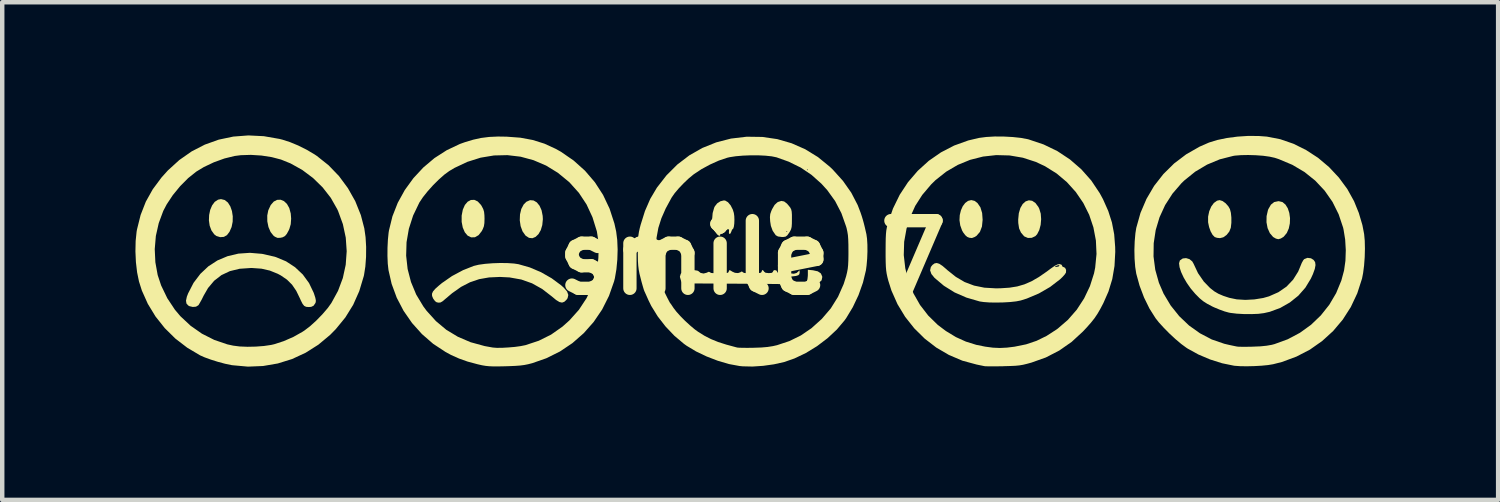
<source format=kicad_pcb>
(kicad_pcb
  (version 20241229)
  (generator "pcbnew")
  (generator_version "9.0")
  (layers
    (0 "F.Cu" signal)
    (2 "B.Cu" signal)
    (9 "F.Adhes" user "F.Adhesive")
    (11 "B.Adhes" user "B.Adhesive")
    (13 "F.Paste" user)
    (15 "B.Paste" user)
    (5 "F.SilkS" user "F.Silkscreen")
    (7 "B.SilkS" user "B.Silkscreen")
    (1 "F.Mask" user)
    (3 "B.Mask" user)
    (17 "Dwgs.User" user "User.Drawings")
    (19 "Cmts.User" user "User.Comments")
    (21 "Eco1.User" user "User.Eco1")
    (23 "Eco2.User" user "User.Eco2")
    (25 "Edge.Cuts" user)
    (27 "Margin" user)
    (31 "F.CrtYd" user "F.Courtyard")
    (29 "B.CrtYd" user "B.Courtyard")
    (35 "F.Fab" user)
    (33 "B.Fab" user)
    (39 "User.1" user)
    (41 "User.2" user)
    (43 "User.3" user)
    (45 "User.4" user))
  (footprint "smile 7"
    (layer "F.Cu")
    (at 13.894 2.754)
    (property "Reference" "smile 7" (at 0 0 0) (layer "F.SilkS") (effects (font (size 1.524 1.524) (thickness 0.3))))
    (attr board_only exclude_from_pos_files exclude_from_bom)
    (fp_poly (pts (xy 1.366 0.283) (xy 1.474 0.307) (xy 1.543 0.354) (xy 1.573 0.422) (xy 1.574 0.44) (xy 1.56 0.508) (xy 1.513 0.552) (xy 1.431 0.574) (xy 1.346 0.579) (xy 1.268 0.578) (xy 1.228 0.573) (xy 1.217 0.56) (xy 1.225 0.536) (xy 1.226 0.534) (xy 1.241 0.484) (xy 1.249 0.411) (xy 1.25 0.381) (xy 1.25 0.272)) (stroke (width 0) (type solid)) (fill yes) (layer "F.SilkS"))
    (fp_poly (pts (xy -11.882 -1.299) (xy -11.811 -1.242) (xy -11.757 -1.156) (xy -11.72 -1.051) (xy -11.702 -0.933) (xy -11.704 -0.81) (xy -11.728 -0.691) (xy -11.775 -0.584) (xy -11.833 -0.508) (xy -11.902 -0.469) (xy -11.986 -0.463) (xy -12.07 -0.489) (xy -12.118 -0.525) (xy -12.182 -0.614) (xy -12.222 -0.721) (xy -12.239 -0.84) (xy -12.234 -0.961) (xy -12.21 -1.077) (xy -12.167 -1.178) (xy -12.108 -1.258) (xy -12.033 -1.307) (xy -11.967 -1.32)) (stroke (width 0) (type solid)) (fill yes) (layer "F.SilkS"))
    (fp_poly (pts (xy -4.927 -1.289) (xy -4.854 -1.246) (xy -4.793 -1.171) (xy -4.747 -1.068) (xy -4.722 -0.942) (xy -4.718 -0.868) (xy -4.731 -0.735) (xy -4.765 -0.621) (xy -4.817 -0.531) (xy -4.882 -0.469) (xy -4.954 -0.439) (xy -5.03 -0.447) (xy -5.105 -0.496) (xy -5.108 -0.498) (xy -5.176 -0.594) (xy -5.219 -0.712) (xy -5.238 -0.843) (xy -5.233 -0.975) (xy -5.204 -1.097) (xy -5.15 -1.199) (xy -5.089 -1.26) (xy -5.007 -1.296)) (stroke (width 0) (type solid)) (fill yes) (layer "F.SilkS"))
    (fp_poly (pts (xy 5.005 -1.28) (xy 5.07 -1.231) (xy 5.136 -1.135) (xy 5.175 -1.006) (xy 5.186 -0.854) (xy 5.171 -0.702) (xy 5.125 -0.581) (xy 5.049 -0.493) (xy 5.008 -0.467) (xy 4.945 -0.443) (xy 4.885 -0.45) (xy 4.839 -0.469) (xy 4.796 -0.506) (xy 4.749 -0.568) (xy 4.723 -0.614) (xy 4.682 -0.728) (xy 4.665 -0.846) (xy 4.671 -0.96) (xy 4.697 -1.066) (xy 4.738 -1.159) (xy 4.793 -1.232) (xy 4.858 -1.28) (xy 4.93 -1.298)) (stroke (width 0) (type solid)) (fill yes) (layer "F.SilkS"))
    (fp_poly (pts (xy 6.302 -1.282) (xy 6.376 -1.232) (xy 6.443 -1.141) (xy 6.462 -1.102) (xy 6.495 -0.992) (xy 6.504 -0.867) (xy 6.493 -0.74) (xy 6.462 -0.623) (xy 6.414 -0.529) (xy 6.374 -0.486) (xy 6.293 -0.448) (xy 6.206 -0.445) (xy 6.13 -0.477) (xy 6.117 -0.487) (xy 6.049 -0.567) (xy 6.007 -0.661) (xy 5.989 -0.781) (xy 5.987 -0.857) (xy 6.001 -1.001) (xy 6.036 -1.12) (xy 6.089 -1.21) (xy 6.154 -1.268) (xy 6.227 -1.293)) (stroke (width 0) (type solid)) (fill yes) (layer "F.SilkS"))
    (fp_poly (pts (xy -10.549 -1.275) (xy -10.482 -1.212) (xy -10.429 -1.118) (xy -10.396 -0.996) (xy -10.387 -0.88) (xy -10.396 -0.755) (xy -10.426 -0.651) (xy -10.439 -0.621) (xy -10.484 -0.538) (xy -10.526 -0.488) (xy -10.578 -0.46) (xy -10.633 -0.448) (xy -10.696 -0.447) (xy -10.752 -0.472) (xy -10.785 -0.497) (xy -10.85 -0.579) (xy -10.898 -0.691) (xy -10.924 -0.819) (xy -10.925 -0.951) (xy -10.902 -1.067) (xy -10.847 -1.186) (xy -10.779 -1.264) (xy -10.703 -1.303) (xy -10.624 -1.306)) (stroke (width 0) (type solid)) (fill yes) (layer "F.SilkS"))
    (fp_poly (pts (xy -6.185 -1.267) (xy -6.112 -1.189) (xy -6.096 -1.163) (xy -6.061 -1.096) (xy -6.042 -1.033) (xy -6.034 -0.955) (xy -6.032 -0.88) (xy -6.035 -0.78) (xy -6.046 -0.708) (xy -6.07 -0.646) (xy -6.095 -0.598) (xy -6.166 -0.508) (xy -6.247 -0.461) (xy -6.333 -0.458) (xy -6.412 -0.497) (xy -6.476 -0.573) (xy -6.522 -0.679) (xy -6.547 -0.807) (xy -6.547 -0.948) (xy -6.521 -1.082) (xy -6.474 -1.188) (xy -6.412 -1.261) (xy -6.34 -1.3) (xy -6.262 -1.303)) (stroke (width 0) (type solid)) (fill yes) (layer "F.SilkS"))
    (fp_poly (pts (xy 11.939 -1.253) (xy 12.007 -1.196) (xy 12.059 -1.112) (xy 12.093 -1.008) (xy 12.109 -0.892) (xy 12.105 -0.772) (xy 12.081 -0.658) (xy 12.036 -0.556) (xy 11.968 -0.475) (xy 11.959 -0.467) (xy 11.9 -0.432) (xy 11.846 -0.417) (xy 11.843 -0.417) (xy 11.79 -0.431) (xy 11.731 -0.465) (xy 11.728 -0.467) (xy 11.655 -0.552) (xy 11.604 -0.666) (xy 11.579 -0.798) (xy 11.581 -0.936) (xy 11.611 -1.068) (xy 11.621 -1.095) (xy 11.679 -1.195) (xy 11.752 -1.253) (xy 11.846 -1.273) (xy 11.856 -1.273)) (stroke (width 0) (type solid)) (fill yes) (layer "F.SilkS"))
    (fp_poly (pts (xy 10.588 -1.277) (xy 10.658 -1.227) (xy 10.72 -1.157) (xy 10.756 -1.094) (xy 10.777 -1.012) (xy 10.788 -0.904) (xy 10.788 -0.786) (xy 10.776 -0.679) (xy 10.775 -0.673) (xy 10.741 -0.588) (xy 10.681 -0.513) (xy 10.607 -0.46) (xy 10.532 -0.441) (xy 10.465 -0.448) (xy 10.414 -0.465) (xy 10.413 -0.465) (xy 10.366 -0.513) (xy 10.321 -0.593) (xy 10.286 -0.691) (xy 10.265 -0.793) (xy 10.264 -0.798) (xy 10.264 -0.925) (xy 10.289 -1.045) (xy 10.334 -1.151) (xy 10.394 -1.233) (xy 10.465 -1.284) (xy 10.524 -1.297)) (stroke (width 0) (type solid)) (fill yes) (layer "F.SilkS"))
    (fp_poly (pts (xy 0.716 -1.267) (xy 0.78 -1.218) (xy 0.821 -1.17) (xy 0.855 -1.127) (xy 0.875 -1.087) (xy 0.886 -1.038) (xy 0.891 -0.968) (xy 0.891 -0.87) (xy 0.89 -0.765) (xy 0.885 -0.694) (xy 0.872 -0.641) (xy 0.849 -0.594) (xy 0.828 -0.561) (xy 0.786 -0.503) (xy 0.749 -0.475) (xy 0.699 -0.467) (xy 0.661 -0.467) (xy 0.577 -0.478) (xy 0.527 -0.506) (xy 0.526 -0.507) (xy 0.469 -0.59) (xy 0.764 -0.59) (xy 0.776 -0.579) (xy 0.787 -0.59) (xy 0.776 -0.602) (xy 0.764 -0.59) (xy 0.469 -0.59) (xy 0.457 -0.608) (xy 0.417 -0.718) (xy 0.401 -0.821) (xy 0.396 -0.913) (xy 0.403 -0.983) (xy 0.427 -1.053) (xy 0.446 -1.095) (xy 0.501 -1.189) (xy 0.562 -1.246) (xy 0.58 -1.256) (xy 0.652 -1.279)) (stroke (width 0) (type solid)) (fill yes) (layer "F.SilkS"))
    (fp_poly (pts (xy -0.612 -1.287) (xy -0.549 -1.25) (xy -0.489 -1.179) (xy -0.441 -1.085) (xy -0.417 -1.008) (xy -0.407 -0.937) (xy -0.404 -0.853) (xy -0.407 -0.77) (xy -0.416 -0.701) (xy -0.43 -0.657) (xy -0.44 -0.648) (xy -0.458 -0.629) (xy -0.473 -0.59) (xy -0.492 -0.547) (xy -0.513 -0.533) (xy -0.528 -0.552) (xy -0.527 -0.59) (xy -0.524 -0.626) (xy -0.539 -0.643) (xy -0.586 -0.648) (xy -0.617 -0.648) (xy -0.68 -0.646) (xy -0.709 -0.634) (xy -0.717 -0.6) (xy -0.718 -0.567) (xy -0.723 -0.507) (xy -0.743 -0.49) (xy -0.781 -0.514) (xy -0.805 -0.539) (xy -0.86 -0.626) (xy -0.893 -0.742) (xy -0.901 -0.822) (xy -0.88 -0.822) (xy -0.868 -0.81) (xy -0.857 -0.822) (xy -0.868 -0.834) (xy -0.88 -0.822) (xy -0.901 -0.822) (xy -0.905 -0.873) (xy -0.894 -1.005) (xy -0.86 -1.126) (xy -0.846 -1.155) (xy -0.793 -1.223) (xy -0.72 -1.271) (xy -0.644 -1.29)) (stroke (width 0) (type solid)) (fill yes) (layer "F.SilkS"))
    (fp_poly (pts (xy -5.514 0.121) (xy -5.367 0.131) (xy -5.267 0.146) (xy -5.012 0.219) (xy -4.758 0.327) (xy -4.519 0.464) (xy -4.307 0.621) (xy -4.243 0.679) (xy -4.172 0.763) (xy -4.145 0.839) (xy -4.161 0.911) (xy -4.185 0.946) (xy -4.235 0.993) (xy -4.286 1.011) (xy -4.345 0.998) (xy -4.42 0.952) (xy -4.515 0.873) (xy -4.734 0.704) (xy -4.961 0.577) (xy -5.204 0.491) (xy -5.468 0.444) (xy -5.684 0.433) (xy -5.93 0.444) (xy -6.152 0.483) (xy -6.359 0.553) (xy -6.56 0.657) (xy -6.761 0.799) (xy -6.917 0.931) (xy -6.98 0.984) (xy -7.026 1.009) (xy -7.071 1.012) (xy -7.111 1.003) (xy -7.146 0.978) (xy -7.184 0.927) (xy -7.191 0.915) (xy -7.213 0.861) (xy -7.215 0.812) (xy -7.193 0.761) (xy -7.142 0.701) (xy -7.059 0.627) (xy -6.99 0.57) (xy -6.764 0.413) (xy -6.515 0.28) (xy -6.275 0.185) (xy -6.163 0.158) (xy -6.018 0.138) (xy -5.853 0.125) (xy -5.68 0.119)) (stroke (width 0) (type solid)) (fill yes) (layer "F.SilkS"))
    (fp_poly (pts (xy -11.042 -0.087) (xy -10.76 -0.023) (xy -10.728 -0.013) (xy -10.501 0.082) (xy -10.299 0.214) (xy -10.125 0.378) (xy -9.984 0.571) (xy -9.88 0.788) (xy -9.872 0.81) (xy -9.843 0.9) (xy -9.831 0.959) (xy -9.833 1) (xy -9.843 1.025) (xy -9.883 1.082) (xy -9.936 1.107) (xy -9.991 1.111) (xy -10.05 1.106) (xy -10.093 1.085) (xy -10.13 1.039) (xy -10.169 0.962) (xy -10.186 0.923) (xy -10.272 0.746) (xy -10.367 0.607) (xy -10.481 0.494) (xy -10.62 0.399) (xy -10.691 0.361) (xy -10.867 0.29) (xy -11.054 0.247) (xy -11.266 0.232) (xy -11.299 0.232) (xy -11.547 0.249) (xy -11.766 0.302) (xy -11.957 0.392) (xy -12.121 0.519) (xy -12.259 0.683) (xy -12.358 0.855) (xy -12.401 0.942) (xy -12.442 1.015) (xy -12.471 1.064) (xy -12.477 1.071) (xy -12.53 1.103) (xy -12.603 1.109) (xy -12.679 1.091) (xy -12.706 1.075) (xy -12.745 1.031) (xy -12.755 0.967) (xy -12.736 0.878) (xy -12.707 0.803) (xy -12.585 0.566) (xy -12.431 0.363) (xy -12.251 0.194) (xy -12.046 0.061) (xy -11.82 -0.034) (xy -11.575 -0.092) (xy -11.315 -0.11)) (stroke (width 0) (type solid)) (fill yes) (layer "F.SilkS"))
    (fp_poly (pts (xy 12.581 0.013) (xy 12.64 0.05) (xy 12.674 0.099) (xy 12.683 0.165) (xy 12.667 0.253) (xy 12.625 0.369) (xy 12.578 0.471) (xy 12.455 0.674) (xy 12.296 0.855) (xy 12.105 1.008) (xy 11.889 1.131) (xy 11.654 1.218) (xy 11.521 1.248) (xy 11.394 1.264) (xy 11.238 1.27) (xy 11.071 1.269) (xy 10.909 1.26) (xy 10.769 1.243) (xy 10.732 1.236) (xy 10.637 1.21) (xy 10.521 1.168) (xy 10.403 1.119) (xy 10.356 1.097) (xy 10.243 1.037) (xy 10.154 0.98) (xy 10.072 0.912) (xy 9.981 0.82) (xy 9.974 0.813) (xy 9.874 0.695) (xy 9.786 0.57) (xy 9.712 0.443) (xy 9.656 0.322) (xy 9.621 0.214) (xy 9.61 0.126) (xy 9.627 0.065) (xy 9.631 0.06) (xy 9.693 0.017) (xy 9.768 0.009) (xy 9.844 0.032) (xy 9.907 0.083) (xy 9.936 0.134) (xy 10.037 0.348) (xy 10.168 0.538) (xy 10.308 0.682) (xy 10.4 0.755) (xy 10.495 0.811) (xy 10.607 0.859) (xy 10.74 0.903) (xy 10.909 0.938) (xy 11.103 0.95) (xy 11.307 0.939) (xy 11.505 0.907) (xy 11.636 0.87) (xy 11.847 0.777) (xy 12.03 0.651) (xy 12.179 0.494) (xy 12.293 0.312) (xy 12.342 0.194) (xy 12.373 0.118) (xy 12.407 0.057) (xy 12.428 0.032) (xy 12.501 0.003)) (stroke (width 0) (type solid)) (fill yes) (layer "F.SilkS"))
    (fp_poly (pts (xy 4.211 0.137) (xy 4.283 0.185) (xy 4.378 0.266) (xy 4.389 0.277) (xy 4.582 0.431) (xy 4.781 0.548) (xy 4.994 0.628) (xy 5.226 0.675) (xy 5.486 0.69) (xy 5.592 0.688) (xy 5.79 0.675) (xy 5.965 0.647) (xy 6.127 0.6) (xy 6.286 0.531) (xy 6.451 0.436) (xy 6.632 0.311) (xy 6.716 0.248) (xy 6.784 0.201) (xy 6.81 0.201) (xy 6.823 0.206) (xy 6.846 0.207) (xy 6.893 0.199) (xy 6.911 0.185) (xy 6.913 0.166) (xy 6.877 0.172) (xy 6.842 0.185) (xy 6.81 0.201) (xy 6.784 0.201) (xy 6.809 0.183) (xy 6.877 0.15) (xy 6.921 0.144) (xy 6.963 0.158) (xy 6.975 0.179) (xy 6.988 0.205) (xy 7.003 0.208) (xy 7.043 0.228) (xy 7.066 0.275) (xy 7.063 0.333) (xy 7.061 0.338) (xy 7.035 0.378) (xy 6.985 0.434) (xy 6.931 0.486) (xy 6.707 0.658) (xy 6.453 0.805) (xy 6.181 0.92) (xy 6.045 0.963) (xy 5.943 0.983) (xy 5.808 0.998) (xy 5.654 1.007) (xy 5.494 1.01) (xy 5.341 1.008) (xy 5.209 0.998) (xy 5.12 0.985) (xy 4.821 0.898) (xy 4.555 0.782) (xy 4.314 0.632) (xy 4.104 0.455) (xy 4.032 0.367) (xy 4.003 0.284) (xy 4.02 0.209) (xy 4.056 0.163) (xy 4.104 0.128) (xy 4.153 0.119)) (stroke (width 0) (type solid)) (fill yes) (layer "F.SilkS"))
    (fp_poly (pts (xy 0.547 0.292) (xy 0.556 0.313) (xy 0.571 0.337) (xy 0.622 0.347) (xy 0.648 0.347) (xy 0.713 0.342) (xy 0.739 0.323) (xy 0.741 0.313) (xy 0.755 0.282) (xy 0.786 0.284) (xy 0.822 0.315) (xy 0.827 0.322) (xy 0.871 0.354) (xy 0.934 0.361) (xy 0.997 0.343) (xy 1.033 0.312) (xy 1.056 0.285) (xy 1.064 0.297) (xy 1.065 0.331) (xy 1.059 0.37) (xy 1.034 0.395) (xy 0.982 0.411) (xy 0.893 0.422) (xy 0.891 0.422) (xy 0.841 0.434) (xy 0.822 0.467) (xy 0.82 0.489) (xy 0.806 0.562) (xy 0.773 0.595) (xy 0.745 0.596) (xy 0.715 0.595) (xy 0.643 0.594) (xy 0.534 0.592) (xy 0.392 0.591) (xy 0.223 0.589) (xy 0.03 0.588) (xy -0.181 0.586) (xy -0.406 0.585) (xy -0.434 0.585) (xy -1.574 0.578) (xy -1.609 0.511) (xy -1.632 0.43) (xy -1.613 0.363) (xy -1.556 0.314) (xy -1.462 0.285) (xy -1.373 0.278) (xy -1.296 0.282) (xy -1.238 0.291) (xy -1.215 0.302) (xy -1.166 0.342) (xy -1.099 0.356) (xy -1.034 0.34) (xy -1.028 0.337) (xy -0.982 0.317) (xy -0.961 0.324) (xy -0.929 0.343) (xy -0.877 0.348) (xy -0.825 0.341) (xy -0.792 0.324) (xy -0.787 0.313) (xy -0.769 0.282) (xy -0.753 0.278) (xy -0.722 0.296) (xy -0.718 0.313) (xy -0.702 0.337) (xy -0.652 0.347) (xy -0.625 0.347) (xy -0.561 0.342) (xy -0.534 0.323) (xy -0.533 0.313) (xy -0.523 0.282) (xy -0.491 0.288) (xy -0.453 0.313) (xy -0.392 0.34) (xy -0.323 0.346) (xy -0.268 0.328) (xy -0.262 0.322) (xy -0.234 0.309) (xy -0.221 0.322) (xy -0.189 0.342) (xy -0.137 0.348) (xy -0.085 0.342) (xy -0.051 0.324) (xy -0.046 0.313) (xy -0.028 0.282) (xy -0.012 0.278) (xy 0.019 0.296) (xy 0.023 0.313) (xy 0.038 0.337) (xy 0.089 0.347) (xy 0.116 0.347) (xy 0.18 0.342) (xy 0.207 0.323) (xy 0.208 0.313) (xy 0.22 0.282) (xy 0.229 0.278) (xy 0.254 0.296) (xy 0.263 0.313) (xy 0.298 0.339) (xy 0.37 0.347) (xy 0.434 0.342) (xy 0.461 0.323) (xy 0.463 0.313) (xy 0.482 0.284) (xy 0.509 0.278)) (stroke (width 0) (type solid)) (fill yes) (layer "F.SilkS"))
    (fp_poly (pts (xy -11.003 -2.737) (xy -10.648 -2.675) (xy -10.581 -2.658) (xy -10.414 -2.604) (xy -10.228 -2.527) (xy -10.04 -2.433) (xy -9.865 -2.33) (xy -9.808 -2.292) (xy -9.544 -2.082) (xy -9.31 -1.839) (xy -9.109 -1.567) (xy -8.943 -1.273) (xy -8.817 -0.959) (xy -8.739 -0.66) (xy -8.711 -0.463) (xy -8.698 -0.243) (xy -8.7 -0.017) (xy -8.716 0.2) (xy -8.746 0.391) (xy -8.752 0.417) (xy -8.853 0.753) (xy -8.99 1.061) (xy -9.166 1.345) (xy -9.382 1.609) (xy -9.51 1.739) (xy -9.774 1.959) (xy -10.06 2.14) (xy -10.366 2.282) (xy -10.688 2.382) (xy -11.02 2.439) (xy -11.36 2.453) (xy -11.703 2.422) (xy -11.733 2.418) (xy -11.876 2.388) (xy -12.036 2.345) (xy -12.195 2.295) (xy -12.338 2.243) (xy -12.437 2.199) (xy -12.727 2.027) (xy -12.995 1.821) (xy -13.234 1.585) (xy -13.442 1.323) (xy -13.615 1.039) (xy -13.749 0.74) (xy -13.814 0.535) (xy -13.856 0.331) (xy -13.883 0.1) (xy -13.894 -0.142) (xy -13.893 -0.193) (xy -13.459 -0.193) (xy -13.445 0.103) (xy -13.393 0.39) (xy -13.315 0.625) (xy -13.176 0.913) (xy -13.005 1.171) (xy -12.882 1.317) (xy -12.652 1.532) (xy -12.396 1.711) (xy -12.119 1.851) (xy -11.826 1.951) (xy -11.693 1.98) (xy -11.546 1.999) (xy -11.37 2.006) (xy -11.183 2.002) (xy -10.999 1.988) (xy -10.836 1.964) (xy -10.767 1.948) (xy -10.555 1.879) (xy -10.337 1.784) (xy -10.136 1.671) (xy -10.091 1.642) (xy -9.961 1.543) (xy -9.821 1.416) (xy -9.684 1.275) (xy -9.562 1.133) (xy -9.481 1.02) (xy -9.331 0.746) (xy -9.223 0.458) (xy -9.158 0.159) (xy -9.136 -0.146) (xy -9.157 -0.452) (xy -9.222 -0.756) (xy -9.33 -1.052) (xy -9.349 -1.093) (xy -9.494 -1.348) (xy -9.678 -1.584) (xy -9.894 -1.795) (xy -10.137 -1.977) (xy -10.401 -2.124) (xy -10.616 -2.211) (xy -10.823 -2.265) (xy -11.054 -2.301) (xy -11.293 -2.316) (xy -11.521 -2.309) (xy -11.66 -2.291) (xy -11.889 -2.235) (xy -12.127 -2.149) (xy -12.353 -2.042) (xy -12.523 -1.939) (xy -12.707 -1.792) (xy -12.886 -1.612) (xy -13.051 -1.411) (xy -13.19 -1.201) (xy -13.267 -1.054) (xy -13.369 -0.779) (xy -13.434 -0.49) (xy -13.459 -0.193) (xy -13.893 -0.193) (xy -13.889 -0.377) (xy -13.867 -0.59) (xy -13.858 -0.639) (xy -13.777 -0.963) (xy -13.66 -1.262) (xy -13.504 -1.541) (xy -13.307 -1.806) (xy -13.164 -1.965) (xy -12.907 -2.199) (xy -12.628 -2.394) (xy -12.331 -2.547) (xy -12.018 -2.659) (xy -11.69 -2.728) (xy -11.351 -2.754)) (stroke (width 0) (type solid)) (fill yes) (layer "F.SilkS"))
    (fp_poly (pts (xy -5.534 -2.726) (xy -5.225 -2.703) (xy -4.945 -2.651) (xy -4.684 -2.569) (xy -4.431 -2.453) (xy -4.311 -2.386) (xy -4.024 -2.188) (xy -3.769 -1.959) (xy -3.547 -1.7) (xy -3.362 -1.414) (xy -3.215 -1.103) (xy -3.107 -0.771) (xy -3.067 -0.59) (xy -3.043 -0.4) (xy -3.034 -0.184) (xy -3.041 0.043) (xy -3.062 0.263) (xy -3.096 0.462) (xy -3.114 0.533) (xy -3.229 0.86) (xy -3.383 1.166) (xy -3.574 1.447) (xy -3.798 1.7) (xy -4.052 1.923) (xy -4.333 2.112) (xy -4.639 2.264) (xy -4.957 2.375) (xy -5.05 2.399) (xy -5.136 2.416) (xy -5.228 2.428) (xy -5.336 2.436) (xy -5.473 2.442) (xy -5.569 2.445) (xy -5.719 2.448) (xy -5.835 2.448) (xy -5.927 2.444) (xy -6.007 2.436) (xy -6.085 2.423) (xy -6.173 2.403) (xy -6.194 2.398) (xy -6.414 2.339) (xy -6.605 2.271) (xy -6.786 2.19) (xy -6.911 2.122) (xy -7.189 1.939) (xy -7.441 1.72) (xy -7.664 1.471) (xy -7.855 1.196) (xy -8.009 0.901) (xy -8.124 0.589) (xy -8.195 0.278) (xy -8.211 0.135) (xy -8.218 -0.038) (xy -8.218 -0.046) (xy -7.797 -0.046) (xy -7.764 0.254) (xy -7.688 0.547) (xy -7.571 0.829) (xy -7.411 1.095) (xy -7.336 1.196) (xy -7.126 1.428) (xy -6.893 1.623) (xy -6.633 1.78) (xy -6.346 1.903) (xy -6.029 1.99) (xy -5.846 2.023) (xy -5.755 2.03) (xy -5.632 2.029) (xy -5.493 2.021) (xy -5.35 2.009) (xy -5.219 1.991) (xy -5.114 1.97) (xy -5.112 1.97) (xy -4.81 1.87) (xy -4.533 1.732) (xy -4.279 1.554) (xy -4.12 1.412) (xy -3.907 1.174) (xy -3.733 0.91) (xy -3.599 0.623) (xy -3.526 0.395) (xy -3.489 0.211) (xy -3.468 0.005) (xy -3.462 -0.206) (xy -3.473 -0.408) (xy -3.5 -0.583) (xy -3.503 -0.597) (xy -3.601 -0.913) (xy -3.735 -1.201) (xy -3.907 -1.461) (xy -4.115 -1.693) (xy -4.132 -1.709) (xy -4.381 -1.913) (xy -4.647 -2.076) (xy -4.928 -2.196) (xy -5.219 -2.275) (xy -5.517 -2.31) (xy -5.818 -2.303) (xy -6.12 -2.253) (xy -6.418 -2.159) (xy -6.709 -2.022) (xy -6.826 -1.952) (xy -6.937 -1.871) (xy -7.062 -1.76) (xy -7.191 -1.632) (xy -7.313 -1.496) (xy -7.419 -1.363) (xy -7.498 -1.245) (xy -7.501 -1.239) (xy -7.64 -0.95) (xy -7.736 -0.651) (xy -7.788 -0.349) (xy -7.797 -0.046) (xy -8.218 -0.046) (xy -8.217 -0.223) (xy -8.208 -0.404) (xy -8.192 -0.564) (xy -8.184 -0.614) (xy -8.106 -0.932) (xy -7.986 -1.237) (xy -7.827 -1.525) (xy -7.634 -1.791) (xy -7.41 -2.032) (xy -7.159 -2.244) (xy -6.883 -2.421) (xy -6.588 -2.561) (xy -6.476 -2.601) (xy -6.287 -2.658) (xy -6.109 -2.697) (xy -5.927 -2.72) (xy -5.728 -2.729)) (stroke (width 0) (type solid)) (fill yes) (layer "F.SilkS"))
    (fp_poly (pts (xy 11.406 -2.741) (xy 11.59 -2.727) (xy 11.892 -2.668) (xy 12.187 -2.566) (xy 12.471 -2.425) (xy 12.74 -2.25) (xy 12.987 -2.042) (xy 13.208 -1.806) (xy 13.399 -1.547) (xy 13.551 -1.273) (xy 13.658 -1.009) (xy 13.739 -0.735) (xy 13.778 -0.533) (xy 13.792 -0.383) (xy 13.796 -0.205) (xy 13.791 -0.014) (xy 13.777 0.175) (xy 13.755 0.346) (xy 13.731 0.469) (xy 13.624 0.801) (xy 13.478 1.111) (xy 13.296 1.395) (xy 13.08 1.651) (xy 12.833 1.876) (xy 12.557 2.07) (xy 12.254 2.227) (xy 11.928 2.348) (xy 11.728 2.399) (xy 11.613 2.418) (xy 11.467 2.432) (xy 11.305 2.441) (xy 11.14 2.445) (xy 10.988 2.443) (xy 10.863 2.434) (xy 10.842 2.431) (xy 10.579 2.377) (xy 10.308 2.291) (xy 10.044 2.179) (xy 9.804 2.047) (xy 9.771 2.025) (xy 9.658 1.942) (xy 9.529 1.833) (xy 9.394 1.708) (xy 9.265 1.577) (xy 9.152 1.453) (xy 9.081 1.363) (xy 8.944 1.146) (xy 8.822 0.898) (xy 8.721 0.631) (xy 8.646 0.359) (xy 8.622 0.206) (xy 8.608 0.023) (xy 8.607 -0.028) (xy 9.035 -0.028) (xy 9.074 0.271) (xy 9.156 0.564) (xy 9.262 0.81) (xy 9.422 1.077) (xy 9.614 1.317) (xy 9.835 1.527) (xy 10.081 1.702) (xy 10.346 1.841) (xy 10.628 1.938) (xy 10.743 1.965) (xy 10.823 1.982) (xy 10.89 1.996) (xy 10.917 2.001) (xy 10.957 2.005) (xy 11.033 2.006) (xy 11.134 2.006) (xy 11.252 2.004) (xy 11.276 2.003) (xy 11.446 1.996) (xy 11.582 1.982) (xy 11.697 1.962) (xy 11.761 1.945) (xy 12.057 1.837) (xy 12.332 1.691) (xy 12.582 1.511) (xy 12.803 1.299) (xy 12.993 1.06) (xy 13.148 0.797) (xy 13.265 0.513) (xy 13.326 0.287) (xy 13.357 0.069) (xy 13.365 -0.169) (xy 13.351 -0.41) (xy 13.315 -0.632) (xy 13.305 -0.677) (xy 13.204 -0.979) (xy 13.065 -1.258) (xy 12.889 -1.51) (xy 12.678 -1.735) (xy 12.435 -1.93) (xy 12.161 -2.092) (xy 11.859 -2.219) (xy 11.762 -2.251) (xy 11.648 -2.276) (xy 11.502 -2.296) (xy 11.337 -2.308) (xy 11.167 -2.313) (xy 11.006 -2.31) (xy 10.867 -2.299) (xy 10.827 -2.292) (xy 10.528 -2.216) (xy 10.242 -2.097) (xy 9.974 -1.938) (xy 9.73 -1.741) (xy 9.666 -1.68) (xy 9.462 -1.443) (xy 9.296 -1.185) (xy 9.17 -0.91) (xy 9.084 -0.623) (xy 9.039 -0.327) (xy 9.035 -0.028) (xy 8.607 -0.028) (xy 8.604 -0.175) (xy 8.611 -0.371) (xy 8.627 -0.551) (xy 8.646 -0.671) (xy 8.741 -1.008) (xy 8.876 -1.324) (xy 9.048 -1.617) (xy 9.257 -1.884) (xy 9.498 -2.122) (xy 9.77 -2.328) (xy 10.07 -2.5) (xy 10.285 -2.594) (xy 10.47 -2.651) (xy 10.687 -2.696) (xy 10.924 -2.727) (xy 11.168 -2.743)) (stroke (width 0) (type solid)) (fill yes) (layer "F.SilkS"))
    (fp_poly (pts (xy 5.661 -2.729) (xy 5.864 -2.718) (xy 6.051 -2.698) (xy 6.209 -2.668) (xy 6.226 -2.663) (xy 6.559 -2.551) (xy 6.869 -2.401) (xy 7.153 -2.213) (xy 7.408 -1.992) (xy 7.633 -1.738) (xy 7.823 -1.454) (xy 7.897 -1.318) (xy 8.015 -1.053) (xy 8.098 -0.794) (xy 8.149 -0.528) (xy 8.171 -0.242) (xy 8.173 -0.13) (xy 8.156 0.187) (xy 8.106 0.481) (xy 8.02 0.762) (xy 7.905 1.023) (xy 7.835 1.156) (xy 7.771 1.266) (xy 7.704 1.365) (xy 7.625 1.464) (xy 7.526 1.576) (xy 7.444 1.663) (xy 7.192 1.895) (xy 6.913 2.09) (xy 6.609 2.247) (xy 6.286 2.362) (xy 6.184 2.39) (xy 6.097 2.411) (xy 6.014 2.425) (xy 5.921 2.434) (xy 5.808 2.439) (xy 5.661 2.443) (xy 5.65 2.444) (xy 5.518 2.446) (xy 5.4 2.447) (xy 5.305 2.446) (xy 5.242 2.444) (xy 5.221 2.441) (xy 5.173 2.431) (xy 5.099 2.416) (xy 5.048 2.405) (xy 4.73 2.319) (xy 4.427 2.19) (xy 4.143 2.024) (xy 3.882 1.823) (xy 3.647 1.591) (xy 3.441 1.331) (xy 3.269 1.047) (xy 3.133 0.741) (xy 3.063 0.521) (xy 3.041 0.435) (xy 3.025 0.36) (xy 3.014 0.287) (xy 3.007 0.204) (xy 3.003 0.102) (xy 3.001 -0.028) (xy 3.001 -0.059) (xy 3.41 -0.059) (xy 3.444 0.238) (xy 3.517 0.528) (xy 3.629 0.805) (xy 3.777 1.065) (xy 3.961 1.303) (xy 4.177 1.514) (xy 4.359 1.651) (xy 4.585 1.788) (xy 4.808 1.889) (xy 5.042 1.962) (xy 5.244 2.003) (xy 5.418 2.026) (xy 5.575 2.033) (xy 5.734 2.025) (xy 5.904 2.004) (xy 6.165 1.951) (xy 6.4 1.872) (xy 6.625 1.762) (xy 6.851 1.616) (xy 6.881 1.594) (xy 7.107 1.399) (xy 7.306 1.171) (xy 7.472 0.916) (xy 7.603 0.641) (xy 7.695 0.352) (xy 7.721 0.223) (xy 7.751 -0.085) (xy 7.737 -0.388) (xy 7.681 -0.683) (xy 7.586 -0.966) (xy 7.453 -1.233) (xy 7.284 -1.48) (xy 7.083 -1.703) (xy 6.851 -1.898) (xy 6.59 -2.061) (xy 6.385 -2.157) (xy 6.093 -2.252) (xy 5.794 -2.303) (xy 5.493 -2.311) (xy 5.195 -2.278) (xy 4.904 -2.204) (xy 4.626 -2.09) (xy 4.365 -1.937) (xy 4.125 -1.747) (xy 4.026 -1.65) (xy 3.826 -1.414) (xy 3.668 -1.167) (xy 3.548 -0.9) (xy 3.473 -0.658) (xy 3.419 -0.359) (xy 3.41 -0.059) (xy 3.001 -0.059) (xy 3.001 -0.151) (xy 3.002 -0.313) (xy 3.004 -0.438) (xy 3.009 -0.536) (xy 3.017 -0.615) (xy 3.03 -0.686) (xy 3.047 -0.757) (xy 3.052 -0.773) (xy 3.167 -1.107) (xy 3.319 -1.418) (xy 3.506 -1.702) (xy 3.725 -1.957) (xy 3.973 -2.182) (xy 4.247 -2.372) (xy 4.544 -2.526) (xy 4.863 -2.641) (xy 5.105 -2.698) (xy 5.267 -2.719) (xy 5.458 -2.73)) (stroke (width 0) (type solid)) (fill yes) (layer "F.SilkS"))
    (fp_poly (pts (xy 0.224 -2.72) (xy 0.561 -2.671) (xy 0.883 -2.578) (xy 1.19 -2.443) (xy 1.478 -2.266) (xy 1.745 -2.048) (xy 1.811 -1.985) (xy 2.041 -1.73) (xy 2.228 -1.464) (xy 2.372 -1.186) (xy 2.436 -1.019) (xy 2.465 -0.933) (xy 2.488 -0.857) (xy 2.51 -0.777) (xy 2.534 -0.681) (xy 2.563 -0.554) (xy 2.569 -0.528) (xy 2.583 -0.427) (xy 2.591 -0.293) (xy 2.592 -0.14) (xy 2.586 0.019) (xy 2.573 0.171) (xy 2.558 0.284) (xy 2.491 0.56) (xy 2.391 0.842) (xy 2.262 1.114) (xy 2.113 1.361) (xy 2.077 1.411) (xy 1.903 1.617) (xy 1.693 1.813) (xy 1.457 1.992) (xy 1.206 2.146) (xy 0.948 2.269) (xy 0.718 2.349) (xy 0.486 2.401) (xy 0.243 2.435) (xy 0.004 2.451) (xy -0.216 2.446) (xy -0.289 2.439) (xy -0.526 2.395) (xy -0.778 2.321) (xy -1.03 2.224) (xy -1.269 2.11) (xy -1.48 1.983) (xy -1.54 1.94) (xy -1.755 1.759) (xy -1.955 1.549) (xy -2.132 1.321) (xy -2.277 1.086) (xy -2.34 0.958) (xy -2.377 0.874) (xy -2.41 0.801) (xy -2.431 0.755) (xy -2.432 0.753) (xy -2.447 0.712) (xy -2.469 0.637) (xy -2.496 0.541) (xy -2.516 0.463) (xy -2.542 0.36) (xy -2.559 0.27) (xy -2.57 0.18) (xy -2.577 0.078) (xy -2.579 -0.049) (xy -2.58 -0.139) (xy -2.579 -0.222) (xy -2.173 -0.222) (xy -2.17 -0.035) (xy -2.149 0.213) (xy -2.105 0.435) (xy -2.034 0.649) (xy -1.961 0.81) (xy -1.918 0.897) (xy -1.882 0.967) (xy -1.859 1.01) (xy -1.853 1.019) (xy -1.834 1.043) (xy -1.8 1.094) (xy -1.774 1.133) (xy -1.711 1.215) (xy -1.622 1.314) (xy -1.516 1.421) (xy -1.404 1.524) (xy -1.297 1.614) (xy -1.221 1.669) (xy -1.078 1.758) (xy -0.931 1.833) (xy -0.771 1.898) (xy -0.587 1.957) (xy -0.369 2.016) (xy -0.336 2.024) (xy -0.296 2.027) (xy -0.221 2.029) (xy -0.119 2.03) (xy 0.000061 2.029) (xy 0.035 2.028) (xy 0.205 2.022) (xy 0.343 2.01) (xy 0.463 1.991) (xy 0.556 1.97) (xy 0.836 1.877) (xy 1.092 1.751) (xy 1.331 1.588) (xy 1.56 1.382) (xy 1.566 1.376) (xy 1.766 1.142) (xy 1.93 0.879) (xy 2.057 0.592) (xy 2.112 0.417) (xy 2.133 0.331) (xy 2.148 0.251) (xy 2.157 0.165) (xy 2.162 0.061) (xy 2.164 -0.073) (xy 2.164 -0.151) (xy 2.163 -0.302) (xy 2.159 -0.418) (xy 2.152 -0.51) (xy 2.139 -0.589) (xy 2.122 -0.667) (xy 2.111 -0.704) (xy 2.005 -1.004) (xy 1.864 -1.276) (xy 1.686 -1.523) (xy 1.554 -1.668) (xy 1.332 -1.866) (xy 1.163 -1.98) (xy 1.227 -1.98) (xy 1.239 -1.968) (xy 1.25 -1.98) (xy 1.239 -1.991) (xy 1.227 -1.98) (xy 1.163 -1.98) (xy 1.089 -2.03) (xy 0.818 -2.163) (xy 0.544 -2.261) (xy 0.437 -2.283) (xy 0.296 -2.298) (xy 0.133 -2.306) (xy -0.041 -2.306) (xy -0.214 -2.299) (xy -0.375 -2.285) (xy -0.512 -2.264) (xy -0.567 -2.251) (xy -0.754 -2.188) (xy -0.952 -2.099) (xy -1.146 -1.994) (xy -1.315 -1.882) (xy -1.326 -1.874) (xy -1.435 -1.784) (xy -1.549 -1.675) (xy -1.658 -1.561) (xy -1.751 -1.451) (xy -1.817 -1.356) (xy -1.82 -1.351) (xy -1.951 -1.11) (xy -2.049 -0.887) (xy -2.117 -0.672) (xy -2.157 -0.454) (xy -2.173 -0.222) (xy -2.579 -0.222) (xy -2.579 -0.286) (xy -2.575 -0.399) (xy -2.568 -0.492) (xy -2.555 -0.578) (xy -2.535 -0.669) (xy -2.516 -0.741) (xy -2.419 -1.051) (xy -2.299 -1.326) (xy -2.152 -1.574) (xy -2.151 -1.576) (xy -1.933 -1.856) (xy -1.688 -2.1) (xy -1.418 -2.306) (xy -1.126 -2.472) (xy -0.813 -2.598) (xy -0.482 -2.683) (xy -0.136 -2.724) (xy -0.124 -2.725)) (stroke (width 0) (type solid)) (fill yes) (layer "F.SilkS")))
  (gr_rect
    (start -3 -3)
    (end 30.69 8.208)
    (stroke (width 0.1) (type default))
    (fill no)
    (layer "Edge.Cuts")))
</source>
